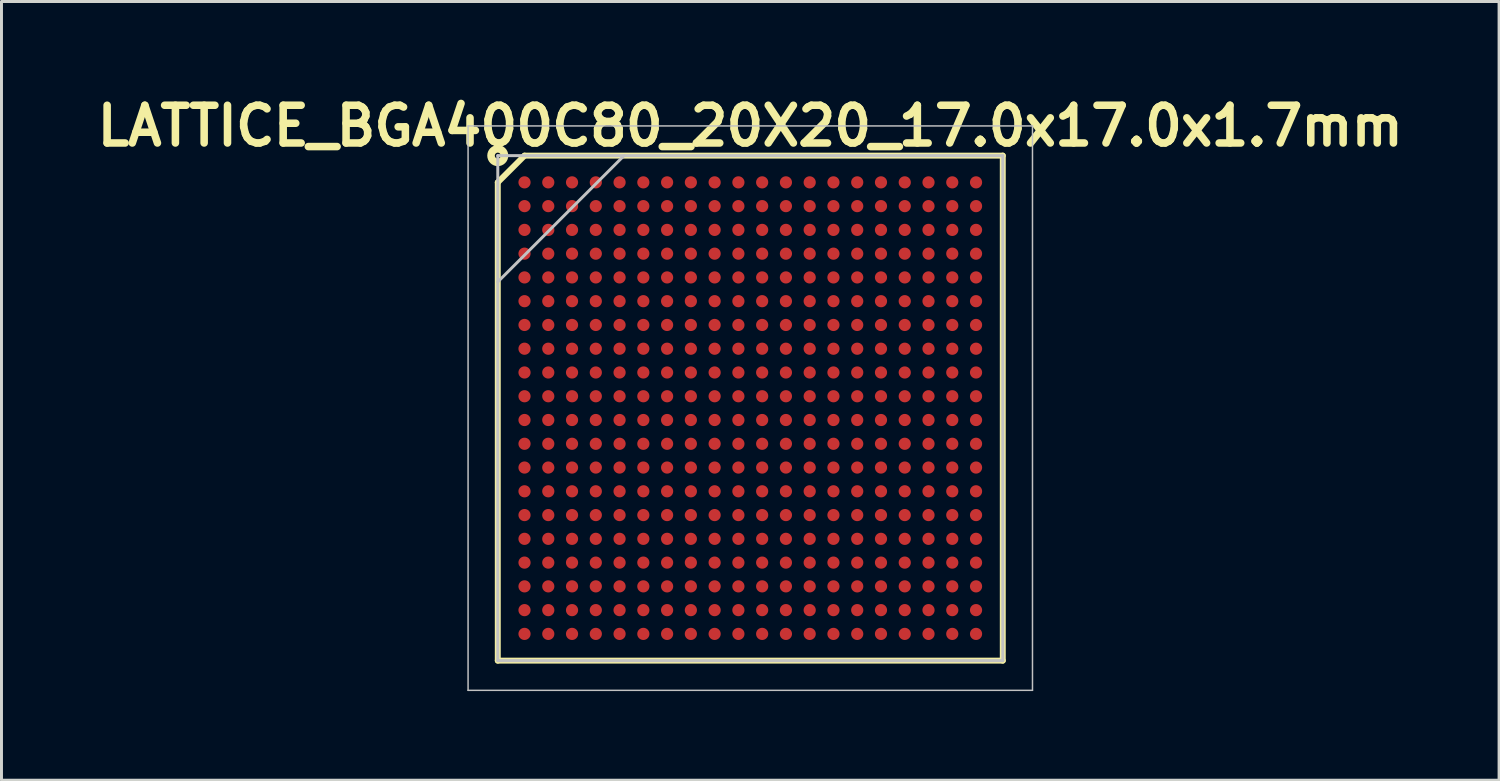
<source format=kicad_pcb>
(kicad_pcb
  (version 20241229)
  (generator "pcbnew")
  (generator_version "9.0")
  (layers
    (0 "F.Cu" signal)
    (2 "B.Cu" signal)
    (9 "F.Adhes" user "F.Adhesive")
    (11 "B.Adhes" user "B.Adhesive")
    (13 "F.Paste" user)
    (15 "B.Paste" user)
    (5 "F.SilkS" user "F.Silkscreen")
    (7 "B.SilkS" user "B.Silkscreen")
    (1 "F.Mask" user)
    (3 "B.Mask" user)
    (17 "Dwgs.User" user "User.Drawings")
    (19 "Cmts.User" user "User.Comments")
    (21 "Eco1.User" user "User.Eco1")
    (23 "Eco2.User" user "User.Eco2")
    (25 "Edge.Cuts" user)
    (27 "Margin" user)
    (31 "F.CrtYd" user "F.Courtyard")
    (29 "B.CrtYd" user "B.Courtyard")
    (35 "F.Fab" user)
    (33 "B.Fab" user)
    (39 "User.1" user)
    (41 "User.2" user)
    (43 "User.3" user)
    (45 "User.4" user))
  (footprint "LATTICE_BGA400C80_20X20_17.0x17.0x1.7mm"
    (layer "F.Cu")
    (at 22.207 10.689)
    (property "Reference" "LATTICE_BGA400C80_20X20_17.0x17.0x1.7mm" (at 0 -9.5 0) (unlocked yes) (layer "F.SilkS") (effects (font (size 1.27 1.27) (thickness 0.254))))
    (attr smd)
    (fp_line (start -8.5 -7.6) (end -7.6 -8.5) (stroke (width 0.2) (type solid)) (layer "F.SilkS"))
    (fp_line (start -8.5 8.5) (end -8.5 -7.6) (stroke (width 0.2) (type solid)) (layer "F.SilkS"))
    (fp_line (start -7.6 -8.5) (end 8.5 -8.5) (stroke (width 0.2) (type solid)) (layer "F.SilkS"))
    (fp_line (start 8.5 -8.5) (end 8.5 8.5) (stroke (width 0.2) (type solid)) (layer "F.SilkS"))
    (fp_line (start 8.5 8.5) (end -8.5 8.5) (stroke (width 0.2) (type solid)) (layer "F.SilkS"))
    (fp_circle (center -8.5 -8.5) (end -8.4 -8.5) (stroke (width 0.254) (type solid)) (fill no) (layer "F.SilkS"))
    (fp_line (start -9.5 -9.5) (end 9.5 -9.5) (stroke (width 0.05) (type solid)) (layer "Dwgs.User"))
    (fp_line (start -9.5 9.5) (end -9.5 -9.5) (stroke (width 0.05) (type solid)) (layer "Dwgs.User"))
    (fp_line (start -8.5 -8.5) (end 8.5 -8.5) (stroke (width 0.1) (type solid)) (layer "Dwgs.User"))
    (fp_line (start -8.5 -4.25) (end -4.25 -8.5) (stroke (width 0.1) (type solid)) (layer "Dwgs.User"))
    (fp_line (start -8.5 8.5) (end -8.5 -8.5) (stroke (width 0.1) (type solid)) (layer "Dwgs.User"))
    (fp_line (start 8.5 -8.5) (end 8.5 8.5) (stroke (width 0.1) (type solid)) (layer "Dwgs.User"))
    (fp_line (start 8.5 8.5) (end -8.5 8.5) (stroke (width 0.1) (type solid)) (layer "Dwgs.User"))
    (fp_line (start 9.5 -9.5) (end 9.5 9.5) (stroke (width 0.05) (type solid)) (layer "Dwgs.User"))
    (fp_line (start 9.5 9.5) (end -9.5 9.5) (stroke (width 0.05) (type solid)) (layer "Dwgs.User"))
    (pad "A1" smd circle (at -7.6 -7.6 90) (size 0.41 0.41) (layers "F.Cu" "F.Mask" "F.Paste"))
    (pad "A2" smd circle (at -6.8 -7.6 90) (size 0.41 0.41) (layers "F.Cu" "F.Mask" "F.Paste"))
    (pad "A3" smd circle (at -6 -7.6 90) (size 0.41 0.41) (layers "F.Cu" "F.Mask" "F.Paste"))
    (pad "A4" smd circle (at -5.2 -7.6 90) (size 0.41 0.41) (layers "F.Cu" "F.Mask" "F.Paste"))
    (pad "A5" smd circle (at -4.4 -7.6 90) (size 0.41 0.41) (layers "F.Cu" "F.Mask" "F.Paste"))
    (pad "A6" smd circle (at -3.6 -7.6 90) (size 0.41 0.41) (layers "F.Cu" "F.Mask" "F.Paste"))
    (pad "A7" smd circle (at -2.8 -7.6 90) (size 0.41 0.41) (layers "F.Cu" "F.Mask" "F.Paste"))
    (pad "A8" smd circle (at -2 -7.6 90) (size 0.41 0.41) (layers "F.Cu" "F.Mask" "F.Paste"))
    (pad "A9" smd circle (at -1.2 -7.6 90) (size 0.41 0.41) (layers "F.Cu" "F.Mask" "F.Paste"))
    (pad "A10" smd circle (at -0.4 -7.6 90) (size 0.41 0.41) (layers "F.Cu" "F.Mask" "F.Paste"))
    (pad "A11" smd circle (at 0.4 -7.6 90) (size 0.41 0.41) (layers "F.Cu" "F.Mask" "F.Paste"))
    (pad "A12" smd circle (at 1.2 -7.6 90) (size 0.41 0.41) (layers "F.Cu" "F.Mask" "F.Paste"))
    (pad "A13" smd circle (at 2 -7.6 90) (size 0.41 0.41) (layers "F.Cu" "F.Mask" "F.Paste"))
    (pad "A14" smd circle (at 2.8 -7.6 90) (size 0.41 0.41) (layers "F.Cu" "F.Mask" "F.Paste"))
    (pad "A15" smd circle (at 3.6 -7.6 90) (size 0.41 0.41) (layers "F.Cu" "F.Mask" "F.Paste"))
    (pad "A16" smd circle (at 4.4 -7.6 90) (size 0.41 0.41) (layers "F.Cu" "F.Mask" "F.Paste"))
    (pad "A17" smd circle (at 5.2 -7.6 90) (size 0.41 0.41) (layers "F.Cu" "F.Mask" "F.Paste"))
    (pad "A18" smd circle (at 6 -7.6 90) (size 0.41 0.41) (layers "F.Cu" "F.Mask" "F.Paste"))
    (pad "A19" smd circle (at 6.8 -7.6 90) (size 0.41 0.41) (layers "F.Cu" "F.Mask" "F.Paste"))
    (pad "A20" smd circle (at 7.6 -7.6 90) (size 0.41 0.41) (layers "F.Cu" "F.Mask" "F.Paste"))
    (pad "B1" smd circle (at -7.6 -6.8 90) (size 0.41 0.41) (layers "F.Cu" "F.Mask" "F.Paste"))
    (pad "B2" smd circle (at -6.8 -6.8 90) (size 0.41 0.41) (layers "F.Cu" "F.Mask" "F.Paste"))
    (pad "B3" smd circle (at -6 -6.8 90) (size 0.41 0.41) (layers "F.Cu" "F.Mask" "F.Paste"))
    (pad "B4" smd circle (at -5.2 -6.8 90) (size 0.41 0.41) (layers "F.Cu" "F.Mask" "F.Paste"))
    (pad "B5" smd circle (at -4.4 -6.8 90) (size 0.41 0.41) (layers "F.Cu" "F.Mask" "F.Paste"))
    (pad "B6" smd circle (at -3.6 -6.8 90) (size 0.41 0.41) (layers "F.Cu" "F.Mask" "F.Paste"))
    (pad "B7" smd circle (at -2.8 -6.8 90) (size 0.41 0.41) (layers "F.Cu" "F.Mask" "F.Paste"))
    (pad "B8" smd circle (at -2 -6.8 90) (size 0.41 0.41) (layers "F.Cu" "F.Mask" "F.Paste"))
    (pad "B9" smd circle (at -1.2 -6.8 90) (size 0.41 0.41) (layers "F.Cu" "F.Mask" "F.Paste"))
    (pad "B10" smd circle (at -0.4 -6.8 90) (size 0.41 0.41) (layers "F.Cu" "F.Mask" "F.Paste"))
    (pad "B11" smd circle (at 0.4 -6.8 90) (size 0.41 0.41) (layers "F.Cu" "F.Mask" "F.Paste"))
    (pad "B12" smd circle (at 1.2 -6.8 90) (size 0.41 0.41) (layers "F.Cu" "F.Mask" "F.Paste"))
    (pad "B13" smd circle (at 2 -6.8 90) (size 0.41 0.41) (layers "F.Cu" "F.Mask" "F.Paste"))
    (pad "B14" smd circle (at 2.8 -6.8 90) (size 0.41 0.41) (layers "F.Cu" "F.Mask" "F.Paste"))
    (pad "B15" smd circle (at 3.6 -6.8 90) (size 0.41 0.41) (layers "F.Cu" "F.Mask" "F.Paste"))
    (pad "B16" smd circle (at 4.4 -6.8 90) (size 0.41 0.41) (layers "F.Cu" "F.Mask" "F.Paste"))
    (pad "B17" smd circle (at 5.2 -6.8 90) (size 0.41 0.41) (layers "F.Cu" "F.Mask" "F.Paste"))
    (pad "B18" smd circle (at 6 -6.8 90) (size 0.41 0.41) (layers "F.Cu" "F.Mask" "F.Paste"))
    (pad "B19" smd circle (at 6.8 -6.8 90) (size 0.41 0.41) (layers "F.Cu" "F.Mask" "F.Paste"))
    (pad "B20" smd circle (at 7.6 -6.8 90) (size 0.41 0.41) (layers "F.Cu" "F.Mask" "F.Paste"))
    (pad "C1" smd circle (at -7.6 -6 90) (size 0.41 0.41) (layers "F.Cu" "F.Mask" "F.Paste"))
    (pad "C2" smd circle (at -6.8 -6 90) (size 0.41 0.41) (layers "F.Cu" "F.Mask" "F.Paste"))
    (pad "C3" smd circle (at -6 -6 90) (size 0.41 0.41) (layers "F.Cu" "F.Mask" "F.Paste"))
    (pad "C4" smd circle (at -5.2 -6 90) (size 0.41 0.41) (layers "F.Cu" "F.Mask" "F.Paste"))
    (pad "C5" smd circle (at -4.4 -6 90) (size 0.41 0.41) (layers "F.Cu" "F.Mask" "F.Paste"))
    (pad "C6" smd circle (at -3.6 -6 90) (size 0.41 0.41) (layers "F.Cu" "F.Mask" "F.Paste"))
    (pad "C7" smd circle (at -2.8 -6 90) (size 0.41 0.41) (layers "F.Cu" "F.Mask" "F.Paste"))
    (pad "C8" smd circle (at -2 -6 90) (size 0.41 0.41) (layers "F.Cu" "F.Mask" "F.Paste"))
    (pad "C9" smd circle (at -1.2 -6 90) (size 0.41 0.41) (layers "F.Cu" "F.Mask" "F.Paste"))
    (pad "C10" smd circle (at -0.4 -6 90) (size 0.41 0.41) (layers "F.Cu" "F.Mask" "F.Paste"))
    (pad "C11" smd circle (at 0.4 -6 90) (size 0.41 0.41) (layers "F.Cu" "F.Mask" "F.Paste"))
    (pad "C12" smd circle (at 1.2 -6 90) (size 0.41 0.41) (layers "F.Cu" "F.Mask" "F.Paste"))
    (pad "C13" smd circle (at 2 -6 90) (size 0.41 0.41) (layers "F.Cu" "F.Mask" "F.Paste"))
    (pad "C14" smd circle (at 2.8 -6 90) (size 0.41 0.41) (layers "F.Cu" "F.Mask" "F.Paste"))
    (pad "C15" smd circle (at 3.6 -6 90) (size 0.41 0.41) (layers "F.Cu" "F.Mask" "F.Paste"))
    (pad "C16" smd circle (at 4.4 -6 90) (size 0.41 0.41) (layers "F.Cu" "F.Mask" "F.Paste"))
    (pad "C17" smd circle (at 5.2 -6 90) (size 0.41 0.41) (layers "F.Cu" "F.Mask" "F.Paste"))
    (pad "C18" smd circle (at 6 -6 90) (size 0.41 0.41) (layers "F.Cu" "F.Mask" "F.Paste"))
    (pad "C19" smd circle (at 6.8 -6 90) (size 0.41 0.41) (layers "F.Cu" "F.Mask" "F.Paste"))
    (pad "C20" smd circle (at 7.6 -6 90) (size 0.41 0.41) (layers "F.Cu" "F.Mask" "F.Paste"))
    (pad "D1" smd circle (at -7.6 -5.2 90) (size 0.41 0.41) (layers "F.Cu" "F.Mask" "F.Paste"))
    (pad "D2" smd circle (at -6.8 -5.2 90) (size 0.41 0.41) (layers "F.Cu" "F.Mask" "F.Paste"))
    (pad "D3" smd circle (at -6 -5.2 90) (size 0.41 0.41) (layers "F.Cu" "F.Mask" "F.Paste"))
    (pad "D4" smd circle (at -5.2 -5.2 90) (size 0.41 0.41) (layers "F.Cu" "F.Mask" "F.Paste"))
    (pad "D5" smd circle (at -4.4 -5.2 90) (size 0.41 0.41) (layers "F.Cu" "F.Mask" "F.Paste"))
    (pad "D6" smd circle (at -3.6 -5.2 90) (size 0.41 0.41) (layers "F.Cu" "F.Mask" "F.Paste"))
    (pad "D7" smd circle (at -2.8 -5.2 90) (size 0.41 0.41) (layers "F.Cu" "F.Mask" "F.Paste"))
    (pad "D8" smd circle (at -2 -5.2 90) (size 0.41 0.41) (layers "F.Cu" "F.Mask" "F.Paste"))
    (pad "D9" smd circle (at -1.2 -5.2 90) (size 0.41 0.41) (layers "F.Cu" "F.Mask" "F.Paste"))
    (pad "D10" smd circle (at -0.4 -5.2 90) (size 0.41 0.41) (layers "F.Cu" "F.Mask" "F.Paste"))
    (pad "D11" smd circle (at 0.4 -5.2 90) (size 0.41 0.41) (layers "F.Cu" "F.Mask" "F.Paste"))
    (pad "D12" smd circle (at 1.2 -5.2 90) (size 0.41 0.41) (layers "F.Cu" "F.Mask" "F.Paste"))
    (pad "D13" smd circle (at 2 -5.2 90) (size 0.41 0.41) (layers "F.Cu" "F.Mask" "F.Paste"))
    (pad "D14" smd circle (at 2.8 -5.2 90) (size 0.41 0.41) (layers "F.Cu" "F.Mask" "F.Paste"))
    (pad "D15" smd circle (at 3.6 -5.2 90) (size 0.41 0.41) (layers "F.Cu" "F.Mask" "F.Paste"))
    (pad "D16" smd circle (at 4.4 -5.2 90) (size 0.41 0.41) (layers "F.Cu" "F.Mask" "F.Paste"))
    (pad "D17" smd circle (at 5.2 -5.2 90) (size 0.41 0.41) (layers "F.Cu" "F.Mask" "F.Paste"))
    (pad "D18" smd circle (at 6 -5.2 90) (size 0.41 0.41) (layers "F.Cu" "F.Mask" "F.Paste"))
    (pad "D19" smd circle (at 6.8 -5.2 90) (size 0.41 0.41) (layers "F.Cu" "F.Mask" "F.Paste"))
    (pad "D20" smd circle (at 7.6 -5.2 90) (size 0.41 0.41) (layers "F.Cu" "F.Mask" "F.Paste"))
    (pad "E1" smd circle (at -7.6 -4.4 90) (size 0.41 0.41) (layers "F.Cu" "F.Mask" "F.Paste"))
    (pad "E2" smd circle (at -6.8 -4.4 90) (size 0.41 0.41) (layers "F.Cu" "F.Mask" "F.Paste"))
    (pad "E3" smd circle (at -6 -4.4 90) (size 0.41 0.41) (layers "F.Cu" "F.Mask" "F.Paste"))
    (pad "E4" smd circle (at -5.2 -4.4 90) (size 0.41 0.41) (layers "F.Cu" "F.Mask" "F.Paste"))
    (pad "E5" smd circle (at -4.4 -4.4 90) (size 0.41 0.41) (layers "F.Cu" "F.Mask" "F.Paste"))
    (pad "E6" smd circle (at -3.6 -4.4 90) (size 0.41 0.41) (layers "F.Cu" "F.Mask" "F.Paste"))
    (pad "E7" smd circle (at -2.8 -4.4 90) (size 0.41 0.41) (layers "F.Cu" "F.Mask" "F.Paste"))
    (pad "E8" smd circle (at -2 -4.4 90) (size 0.41 0.41) (layers "F.Cu" "F.Mask" "F.Paste"))
    (pad "E9" smd circle (at -1.2 -4.4 90) (size 0.41 0.41) (layers "F.Cu" "F.Mask" "F.Paste"))
    (pad "E10" smd circle (at -0.4 -4.4 90) (size 0.41 0.41) (layers "F.Cu" "F.Mask" "F.Paste"))
    (pad "E11" smd circle (at 0.4 -4.4 90) (size 0.41 0.41) (layers "F.Cu" "F.Mask" "F.Paste"))
    (pad "E12" smd circle (at 1.2 -4.4 90) (size 0.41 0.41) (layers "F.Cu" "F.Mask" "F.Paste"))
    (pad "E13" smd circle (at 2 -4.4 90) (size 0.41 0.41) (layers "F.Cu" "F.Mask" "F.Paste"))
    (pad "E14" smd circle (at 2.8 -4.4 90) (size 0.41 0.41) (layers "F.Cu" "F.Mask" "F.Paste"))
    (pad "E15" smd circle (at 3.6 -4.4 90) (size 0.41 0.41) (layers "F.Cu" "F.Mask" "F.Paste"))
    (pad "E16" smd circle (at 4.4 -4.4 90) (size 0.41 0.41) (layers "F.Cu" "F.Mask" "F.Paste"))
    (pad "E17" smd circle (at 5.2 -4.4 90) (size 0.41 0.41) (layers "F.Cu" "F.Mask" "F.Paste"))
    (pad "E18" smd circle (at 6 -4.4 90) (size 0.41 0.41) (layers "F.Cu" "F.Mask" "F.Paste"))
    (pad "E19" smd circle (at 6.8 -4.4 90) (size 0.41 0.41) (layers "F.Cu" "F.Mask" "F.Paste"))
    (pad "E20" smd circle (at 7.6 -4.4 90) (size 0.41 0.41) (layers "F.Cu" "F.Mask" "F.Paste"))
    (pad "F1" smd circle (at -7.6 -3.6 90) (size 0.41 0.41) (layers "F.Cu" "F.Mask" "F.Paste"))
    (pad "F2" smd circle (at -6.8 -3.6 90) (size 0.41 0.41) (layers "F.Cu" "F.Mask" "F.Paste"))
    (pad "F3" smd circle (at -6 -3.6 90) (size 0.41 0.41) (layers "F.Cu" "F.Mask" "F.Paste"))
    (pad "F4" smd circle (at -5.2 -3.6 90) (size 0.41 0.41) (layers "F.Cu" "F.Mask" "F.Paste"))
    (pad "F5" smd circle (at -4.4 -3.6 90) (size 0.41 0.41) (layers "F.Cu" "F.Mask" "F.Paste"))
    (pad "F6" smd circle (at -3.6 -3.6 90) (size 0.41 0.41) (layers "F.Cu" "F.Mask" "F.Paste"))
    (pad "F7" smd circle (at -2.8 -3.6 90) (size 0.41 0.41) (layers "F.Cu" "F.Mask" "F.Paste"))
    (pad "F8" smd circle (at -2 -3.6 90) (size 0.41 0.41) (layers "F.Cu" "F.Mask" "F.Paste"))
    (pad "F9" smd circle (at -1.2 -3.6 90) (size 0.41 0.41) (layers "F.Cu" "F.Mask" "F.Paste"))
    (pad "F10" smd circle (at -0.4 -3.6 90) (size 0.41 0.41) (layers "F.Cu" "F.Mask" "F.Paste"))
    (pad "F11" smd circle (at 0.4 -3.6 90) (size 0.41 0.41) (layers "F.Cu" "F.Mask" "F.Paste"))
    (pad "F12" smd circle (at 1.2 -3.6 90) (size 0.41 0.41) (layers "F.Cu" "F.Mask" "F.Paste"))
    (pad "F13" smd circle (at 2 -3.6 90) (size 0.41 0.41) (layers "F.Cu" "F.Mask" "F.Paste"))
    (pad "F14" smd circle (at 2.8 -3.6 90) (size 0.41 0.41) (layers "F.Cu" "F.Mask" "F.Paste"))
    (pad "F15" smd circle (at 3.6 -3.6 90) (size 0.41 0.41) (layers "F.Cu" "F.Mask" "F.Paste"))
    (pad "F16" smd circle (at 4.4 -3.6 90) (size 0.41 0.41) (layers "F.Cu" "F.Mask" "F.Paste"))
    (pad "F17" smd circle (at 5.2 -3.6 90) (size 0.41 0.41) (layers "F.Cu" "F.Mask" "F.Paste"))
    (pad "F18" smd circle (at 6 -3.6 90) (size 0.41 0.41) (layers "F.Cu" "F.Mask" "F.Paste"))
    (pad "F19" smd circle (at 6.8 -3.6 90) (size 0.41 0.41) (layers "F.Cu" "F.Mask" "F.Paste"))
    (pad "F20" smd circle (at 7.6 -3.6 90) (size 0.41 0.41) (layers "F.Cu" "F.Mask" "F.Paste"))
    (pad "G1" smd circle (at -7.6 -2.8 90) (size 0.41 0.41) (layers "F.Cu" "F.Mask" "F.Paste"))
    (pad "G2" smd circle (at -6.8 -2.8 90) (size 0.41 0.41) (layers "F.Cu" "F.Mask" "F.Paste"))
    (pad "G3" smd circle (at -6 -2.8 90) (size 0.41 0.41) (layers "F.Cu" "F.Mask" "F.Paste"))
    (pad "G4" smd circle (at -5.2 -2.8 90) (size 0.41 0.41) (layers "F.Cu" "F.Mask" "F.Paste"))
    (pad "G5" smd circle (at -4.4 -2.8 90) (size 0.41 0.41) (layers "F.Cu" "F.Mask" "F.Paste"))
    (pad "G6" smd circle (at -3.6 -2.8 90) (size 0.41 0.41) (layers "F.Cu" "F.Mask" "F.Paste"))
    (pad "G7" smd circle (at -2.8 -2.8 90) (size 0.41 0.41) (layers "F.Cu" "F.Mask" "F.Paste"))
    (pad "G8" smd circle (at -2 -2.8 90) (size 0.41 0.41) (layers "F.Cu" "F.Mask" "F.Paste"))
    (pad "G9" smd circle (at -1.2 -2.8 90) (size 0.41 0.41) (layers "F.Cu" "F.Mask" "F.Paste"))
    (pad "G10" smd circle (at -0.4 -2.8 90) (size 0.41 0.41) (layers "F.Cu" "F.Mask" "F.Paste"))
    (pad "G11" smd circle (at 0.4 -2.8 90) (size 0.41 0.41) (layers "F.Cu" "F.Mask" "F.Paste"))
    (pad "G12" smd circle (at 1.2 -2.8 90) (size 0.41 0.41) (layers "F.Cu" "F.Mask" "F.Paste"))
    (pad "G13" smd circle (at 2 -2.8 90) (size 0.41 0.41) (layers "F.Cu" "F.Mask" "F.Paste"))
    (pad "G14" smd circle (at 2.8 -2.8 90) (size 0.41 0.41) (layers "F.Cu" "F.Mask" "F.Paste"))
    (pad "G15" smd circle (at 3.6 -2.8 90) (size 0.41 0.41) (layers "F.Cu" "F.Mask" "F.Paste"))
    (pad "G16" smd circle (at 4.4 -2.8 90) (size 0.41 0.41) (layers "F.Cu" "F.Mask" "F.Paste"))
    (pad "G17" smd circle (at 5.2 -2.8 90) (size 0.41 0.41) (layers "F.Cu" "F.Mask" "F.Paste"))
    (pad "G18" smd circle (at 6 -2.8 90) (size 0.41 0.41) (layers "F.Cu" "F.Mask" "F.Paste"))
    (pad "G19" smd circle (at 6.8 -2.8 90) (size 0.41 0.41) (layers "F.Cu" "F.Mask" "F.Paste"))
    (pad "G20" smd circle (at 7.6 -2.8 90) (size 0.41 0.41) (layers "F.Cu" "F.Mask" "F.Paste"))
    (pad "H1" smd circle (at -7.6 -2 90) (size 0.41 0.41) (layers "F.Cu" "F.Mask" "F.Paste"))
    (pad "H2" smd circle (at -6.8 -2 90) (size 0.41 0.41) (layers "F.Cu" "F.Mask" "F.Paste"))
    (pad "H3" smd circle (at -6 -2 90) (size 0.41 0.41) (layers "F.Cu" "F.Mask" "F.Paste"))
    (pad "H4" smd circle (at -5.2 -2 90) (size 0.41 0.41) (layers "F.Cu" "F.Mask" "F.Paste"))
    (pad "H5" smd circle (at -4.4 -2 90) (size 0.41 0.41) (layers "F.Cu" "F.Mask" "F.Paste"))
    (pad "H6" smd circle (at -3.6 -2 90) (size 0.41 0.41) (layers "F.Cu" "F.Mask" "F.Paste"))
    (pad "H7" smd circle (at -2.8 -2 90) (size 0.41 0.41) (layers "F.Cu" "F.Mask" "F.Paste"))
    (pad "H8" smd circle (at -2 -2 90) (size 0.41 0.41) (layers "F.Cu" "F.Mask" "F.Paste"))
    (pad "H9" smd circle (at -1.2 -2 90) (size 0.41 0.41) (layers "F.Cu" "F.Mask" "F.Paste"))
    (pad "H10" smd circle (at -0.4 -2 90) (size 0.41 0.41) (layers "F.Cu" "F.Mask" "F.Paste"))
    (pad "H11" smd circle (at 0.4 -2 90) (size 0.41 0.41) (layers "F.Cu" "F.Mask" "F.Paste"))
    (pad "H12" smd circle (at 1.2 -2 90) (size 0.41 0.41) (layers "F.Cu" "F.Mask" "F.Paste"))
    (pad "H13" smd circle (at 2 -2 90) (size 0.41 0.41) (layers "F.Cu" "F.Mask" "F.Paste"))
    (pad "H14" smd circle (at 2.8 -2 90) (size 0.41 0.41) (layers "F.Cu" "F.Mask" "F.Paste"))
    (pad "H15" smd circle (at 3.6 -2 90) (size 0.41 0.41) (layers "F.Cu" "F.Mask" "F.Paste"))
    (pad "H16" smd circle (at 4.4 -2 90) (size 0.41 0.41) (layers "F.Cu" "F.Mask" "F.Paste"))
    (pad "H17" smd circle (at 5.2 -2 90) (size 0.41 0.41) (layers "F.Cu" "F.Mask" "F.Paste"))
    (pad "H18" smd circle (at 6 -2 90) (size 0.41 0.41) (layers "F.Cu" "F.Mask" "F.Paste"))
    (pad "H19" smd circle (at 6.8 -2 90) (size 0.41 0.41) (layers "F.Cu" "F.Mask" "F.Paste"))
    (pad "H20" smd circle (at 7.6 -2 90) (size 0.41 0.41) (layers "F.Cu" "F.Mask" "F.Paste"))
    (pad "J1" smd circle (at -7.6 -1.2 90) (size 0.41 0.41) (layers "F.Cu" "F.Mask" "F.Paste"))
    (pad "J2" smd circle (at -6.8 -1.2 90) (size 0.41 0.41) (layers "F.Cu" "F.Mask" "F.Paste"))
    (pad "J3" smd circle (at -6 -1.2 90) (size 0.41 0.41) (layers "F.Cu" "F.Mask" "F.Paste"))
    (pad "J4" smd circle (at -5.2 -1.2 90) (size 0.41 0.41) (layers "F.Cu" "F.Mask" "F.Paste"))
    (pad "J5" smd circle (at -4.4 -1.2 90) (size 0.41 0.41) (layers "F.Cu" "F.Mask" "F.Paste"))
    (pad "J6" smd circle (at -3.6 -1.2 90) (size 0.41 0.41) (layers "F.Cu" "F.Mask" "F.Paste"))
    (pad "J7" smd circle (at -2.8 -1.2 90) (size 0.41 0.41) (layers "F.Cu" "F.Mask" "F.Paste"))
    (pad "J8" smd circle (at -2 -1.2 90) (size 0.41 0.41) (layers "F.Cu" "F.Mask" "F.Paste"))
    (pad "J9" smd circle (at -1.2 -1.2 90) (size 0.41 0.41) (layers "F.Cu" "F.Mask" "F.Paste"))
    (pad "J10" smd circle (at -0.4 -1.2 90) (size 0.41 0.41) (layers "F.Cu" "F.Mask" "F.Paste"))
    (pad "J11" smd circle (at 0.4 -1.2 90) (size 0.41 0.41) (layers "F.Cu" "F.Mask" "F.Paste"))
    (pad "J12" smd circle (at 1.2 -1.2 90) (size 0.41 0.41) (layers "F.Cu" "F.Mask" "F.Paste"))
    (pad "J13" smd circle (at 2 -1.2 90) (size 0.41 0.41) (layers "F.Cu" "F.Mask" "F.Paste"))
    (pad "J14" smd circle (at 2.8 -1.2 90) (size 0.41 0.41) (layers "F.Cu" "F.Mask" "F.Paste"))
    (pad "J15" smd circle (at 3.6 -1.2 90) (size 0.41 0.41) (layers "F.Cu" "F.Mask" "F.Paste"))
    (pad "J16" smd circle (at 4.4 -1.2 90) (size 0.41 0.41) (layers "F.Cu" "F.Mask" "F.Paste"))
    (pad "J17" smd circle (at 5.2 -1.2 90) (size 0.41 0.41) (layers "F.Cu" "F.Mask" "F.Paste"))
    (pad "J18" smd circle (at 6 -1.2 90) (size 0.41 0.41) (layers "F.Cu" "F.Mask" "F.Paste"))
    (pad "J19" smd circle (at 6.8 -1.2 90) (size 0.41 0.41) (layers "F.Cu" "F.Mask" "F.Paste"))
    (pad "J20" smd circle (at 7.6 -1.2 90) (size 0.41 0.41) (layers "F.Cu" "F.Mask" "F.Paste"))
    (pad "K1" smd circle (at -7.6 -0.4 90) (size 0.41 0.41) (layers "F.Cu" "F.Mask" "F.Paste"))
    (pad "K2" smd circle (at -6.8 -0.4 90) (size 0.41 0.41) (layers "F.Cu" "F.Mask" "F.Paste"))
    (pad "K3" smd circle (at -6 -0.4 90) (size 0.41 0.41) (layers "F.Cu" "F.Mask" "F.Paste"))
    (pad "K4" smd circle (at -5.2 -0.4 90) (size 0.41 0.41) (layers "F.Cu" "F.Mask" "F.Paste"))
    (pad "K5" smd circle (at -4.4 -0.4 90) (size 0.41 0.41) (layers "F.Cu" "F.Mask" "F.Paste"))
    (pad "K6" smd circle (at -3.6 -0.4 90) (size 0.41 0.41) (layers "F.Cu" "F.Mask" "F.Paste"))
    (pad "K7" smd circle (at -2.8 -0.4 90) (size 0.41 0.41) (layers "F.Cu" "F.Mask" "F.Paste"))
    (pad "K8" smd circle (at -2 -0.4 90) (size 0.41 0.41) (layers "F.Cu" "F.Mask" "F.Paste"))
    (pad "K9" smd circle (at -1.2 -0.4 90) (size 0.41 0.41) (layers "F.Cu" "F.Mask" "F.Paste"))
    (pad "K10" smd circle (at -0.4 -0.4 90) (size 0.41 0.41) (layers "F.Cu" "F.Mask" "F.Paste"))
    (pad "K11" smd circle (at 0.4 -0.4 90) (size 0.41 0.41) (layers "F.Cu" "F.Mask" "F.Paste"))
    (pad "K12" smd circle (at 1.2 -0.4 90) (size 0.41 0.41) (layers "F.Cu" "F.Mask" "F.Paste"))
    (pad "K13" smd circle (at 2 -0.4 90) (size 0.41 0.41) (layers "F.Cu" "F.Mask" "F.Paste"))
    (pad "K14" smd circle (at 2.8 -0.4 90) (size 0.41 0.41) (layers "F.Cu" "F.Mask" "F.Paste"))
    (pad "K15" smd circle (at 3.6 -0.4 90) (size 0.41 0.41) (layers "F.Cu" "F.Mask" "F.Paste"))
    (pad "K16" smd circle (at 4.4 -0.4 90) (size 0.41 0.41) (layers "F.Cu" "F.Mask" "F.Paste"))
    (pad "K17" smd circle (at 5.2 -0.4 90) (size 0.41 0.41) (layers "F.Cu" "F.Mask" "F.Paste"))
    (pad "K18" smd circle (at 6 -0.4 90) (size 0.41 0.41) (layers "F.Cu" "F.Mask" "F.Paste"))
    (pad "K19" smd circle (at 6.8 -0.4 90) (size 0.41 0.41) (layers "F.Cu" "F.Mask" "F.Paste"))
    (pad "K20" smd circle (at 7.6 -0.4 90) (size 0.41 0.41) (layers "F.Cu" "F.Mask" "F.Paste"))
    (pad "L1" smd circle (at -7.6 0.4 90) (size 0.41 0.41) (layers "F.Cu" "F.Mask" "F.Paste"))
    (pad "L2" smd circle (at -6.8 0.4 90) (size 0.41 0.41) (layers "F.Cu" "F.Mask" "F.Paste"))
    (pad "L3" smd circle (at -6 0.4 90) (size 0.41 0.41) (layers "F.Cu" "F.Mask" "F.Paste"))
    (pad "L4" smd circle (at -5.2 0.4 90) (size 0.41 0.41) (layers "F.Cu" "F.Mask" "F.Paste"))
    (pad "L5" smd circle (at -4.4 0.4 90) (size 0.41 0.41) (layers "F.Cu" "F.Mask" "F.Paste"))
    (pad "L6" smd circle (at -3.6 0.4 90) (size 0.41 0.41) (layers "F.Cu" "F.Mask" "F.Paste"))
    (pad "L7" smd circle (at -2.8 0.4 90) (size 0.41 0.41) (layers "F.Cu" "F.Mask" "F.Paste"))
    (pad "L8" smd circle (at -2 0.4 90) (size 0.41 0.41) (layers "F.Cu" "F.Mask" "F.Paste"))
    (pad "L9" smd circle (at -1.2 0.4 90) (size 0.41 0.41) (layers "F.Cu" "F.Mask" "F.Paste"))
    (pad "L10" smd circle (at -0.4 0.4 90) (size 0.41 0.41) (layers "F.Cu" "F.Mask" "F.Paste"))
    (pad "L11" smd circle (at 0.4 0.4 90) (size 0.41 0.41) (layers "F.Cu" "F.Mask" "F.Paste"))
    (pad "L12" smd circle (at 1.2 0.4 90) (size 0.41 0.41) (layers "F.Cu" "F.Mask" "F.Paste"))
    (pad "L13" smd circle (at 2 0.4 90) (size 0.41 0.41) (layers "F.Cu" "F.Mask" "F.Paste"))
    (pad "L14" smd circle (at 2.8 0.4 90) (size 0.41 0.41) (layers "F.Cu" "F.Mask" "F.Paste"))
    (pad "L15" smd circle (at 3.6 0.4 90) (size 0.41 0.41) (layers "F.Cu" "F.Mask" "F.Paste"))
    (pad "L16" smd circle (at 4.4 0.4 90) (size 0.41 0.41) (layers "F.Cu" "F.Mask" "F.Paste"))
    (pad "L17" smd circle (at 5.2 0.4 90) (size 0.41 0.41) (layers "F.Cu" "F.Mask" "F.Paste"))
    (pad "L18" smd circle (at 6 0.4 90) (size 0.41 0.41) (layers "F.Cu" "F.Mask" "F.Paste"))
    (pad "L19" smd circle (at 6.8 0.4 90) (size 0.41 0.41) (layers "F.Cu" "F.Mask" "F.Paste"))
    (pad "L20" smd circle (at 7.6 0.4 90) (size 0.41 0.41) (layers "F.Cu" "F.Mask" "F.Paste"))
    (pad "M1" smd circle (at -7.6 1.2 90) (size 0.41 0.41) (layers "F.Cu" "F.Mask" "F.Paste"))
    (pad "M2" smd circle (at -6.8 1.2 90) (size 0.41 0.41) (layers "F.Cu" "F.Mask" "F.Paste"))
    (pad "M3" smd circle (at -6 1.2 90) (size 0.41 0.41) (layers "F.Cu" "F.Mask" "F.Paste"))
    (pad "M4" smd circle (at -5.2 1.2 90) (size 0.41 0.41) (layers "F.Cu" "F.Mask" "F.Paste"))
    (pad "M5" smd circle (at -4.4 1.2 90) (size 0.41 0.41) (layers "F.Cu" "F.Mask" "F.Paste"))
    (pad "M6" smd circle (at -3.6 1.2 90) (size 0.41 0.41) (layers "F.Cu" "F.Mask" "F.Paste"))
    (pad "M7" smd circle (at -2.8 1.2 90) (size 0.41 0.41) (layers "F.Cu" "F.Mask" "F.Paste"))
    (pad "M8" smd circle (at -2 1.2 90) (size 0.41 0.41) (layers "F.Cu" "F.Mask" "F.Paste"))
    (pad "M9" smd circle (at -1.2 1.2 90) (size 0.41 0.41) (layers "F.Cu" "F.Mask" "F.Paste"))
    (pad "M10" smd circle (at -0.4 1.2 90) (size 0.41 0.41) (layers "F.Cu" "F.Mask" "F.Paste"))
    (pad "M11" smd circle (at 0.4 1.2 90) (size 0.41 0.41) (layers "F.Cu" "F.Mask" "F.Paste"))
    (pad "M12" smd circle (at 1.2 1.2 90) (size 0.41 0.41) (layers "F.Cu" "F.Mask" "F.Paste"))
    (pad "M13" smd circle (at 2 1.2 90) (size 0.41 0.41) (layers "F.Cu" "F.Mask" "F.Paste"))
    (pad "M14" smd circle (at 2.8 1.2 90) (size 0.41 0.41) (layers "F.Cu" "F.Mask" "F.Paste"))
    (pad "M15" smd circle (at 3.6 1.2 90) (size 0.41 0.41) (layers "F.Cu" "F.Mask" "F.Paste"))
    (pad "M16" smd circle (at 4.4 1.2 90) (size 0.41 0.41) (layers "F.Cu" "F.Mask" "F.Paste"))
    (pad "M17" smd circle (at 5.2 1.2 90) (size 0.41 0.41) (layers "F.Cu" "F.Mask" "F.Paste"))
    (pad "M18" smd circle (at 6 1.2 90) (size 0.41 0.41) (layers "F.Cu" "F.Mask" "F.Paste"))
    (pad "M19" smd circle (at 6.8 1.2 90) (size 0.41 0.41) (layers "F.Cu" "F.Mask" "F.Paste"))
    (pad "M20" smd circle (at 7.6 1.2 90) (size 0.41 0.41) (layers "F.Cu" "F.Mask" "F.Paste"))
    (pad "N1" smd circle (at -7.6 2 90) (size 0.41 0.41) (layers "F.Cu" "F.Mask" "F.Paste"))
    (pad "N2" smd circle (at -6.8 2 90) (size 0.41 0.41) (layers "F.Cu" "F.Mask" "F.Paste"))
    (pad "N3" smd circle (at -6 2 90) (size 0.41 0.41) (layers "F.Cu" "F.Mask" "F.Paste"))
    (pad "N4" smd circle (at -5.2 2 90) (size 0.41 0.41) (layers "F.Cu" "F.Mask" "F.Paste"))
    (pad "N5" smd circle (at -4.4 2 90) (size 0.41 0.41) (layers "F.Cu" "F.Mask" "F.Paste"))
    (pad "N6" smd circle (at -3.6 2 90) (size 0.41 0.41) (layers "F.Cu" "F.Mask" "F.Paste"))
    (pad "N7" smd circle (at -2.8 2 90) (size 0.41 0.41) (layers "F.Cu" "F.Mask" "F.Paste"))
    (pad "N8" smd circle (at -2 2 90) (size 0.41 0.41) (layers "F.Cu" "F.Mask" "F.Paste"))
    (pad "N9" smd circle (at -1.2 2 90) (size 0.41 0.41) (layers "F.Cu" "F.Mask" "F.Paste"))
    (pad "N10" smd circle (at -0.4 2 90) (size 0.41 0.41) (layers "F.Cu" "F.Mask" "F.Paste"))
    (pad "N11" smd circle (at 0.4 2 90) (size 0.41 0.41) (layers "F.Cu" "F.Mask" "F.Paste"))
    (pad "N12" smd circle (at 1.2 2 90) (size 0.41 0.41) (layers "F.Cu" "F.Mask" "F.Paste"))
    (pad "N13" smd circle (at 2 2 90) (size 0.41 0.41) (layers "F.Cu" "F.Mask" "F.Paste"))
    (pad "N14" smd circle (at 2.8 2 90) (size 0.41 0.41) (layers "F.Cu" "F.Mask" "F.Paste"))
    (pad "N15" smd circle (at 3.6 2 90) (size 0.41 0.41) (layers "F.Cu" "F.Mask" "F.Paste"))
    (pad "N16" smd circle (at 4.4 2 90) (size 0.41 0.41) (layers "F.Cu" "F.Mask" "F.Paste"))
    (pad "N17" smd circle (at 5.2 2 90) (size 0.41 0.41) (layers "F.Cu" "F.Mask" "F.Paste"))
    (pad "N18" smd circle (at 6 2 90) (size 0.41 0.41) (layers "F.Cu" "F.Mask" "F.Paste"))
    (pad "N19" smd circle (at 6.8 2 90) (size 0.41 0.41) (layers "F.Cu" "F.Mask" "F.Paste"))
    (pad "N20" smd circle (at 7.6 2 90) (size 0.41 0.41) (layers "F.Cu" "F.Mask" "F.Paste"))
    (pad "P1" smd circle (at -7.6 2.8 90) (size 0.41 0.41) (layers "F.Cu" "F.Mask" "F.Paste"))
    (pad "P2" smd circle (at -6.8 2.8 90) (size 0.41 0.41) (layers "F.Cu" "F.Mask" "F.Paste"))
    (pad "P3" smd circle (at -6 2.8 90) (size 0.41 0.41) (layers "F.Cu" "F.Mask" "F.Paste"))
    (pad "P4" smd circle (at -5.2 2.8 90) (size 0.41 0.41) (layers "F.Cu" "F.Mask" "F.Paste"))
    (pad "P5" smd circle (at -4.4 2.8 90) (size 0.41 0.41) (layers "F.Cu" "F.Mask" "F.Paste"))
    (pad "P6" smd circle (at -3.6 2.8 90) (size 0.41 0.41) (layers "F.Cu" "F.Mask" "F.Paste"))
    (pad "P7" smd circle (at -2.8 2.8 90) (size 0.41 0.41) (layers "F.Cu" "F.Mask" "F.Paste"))
    (pad "P8" smd circle (at -2 2.8 90) (size 0.41 0.41) (layers "F.Cu" "F.Mask" "F.Paste"))
    (pad "P9" smd circle (at -1.2 2.8 90) (size 0.41 0.41) (layers "F.Cu" "F.Mask" "F.Paste"))
    (pad "P10" smd circle (at -0.4 2.8 90) (size 0.41 0.41) (layers "F.Cu" "F.Mask" "F.Paste"))
    (pad "P11" smd circle (at 0.4 2.8 90) (size 0.41 0.41) (layers "F.Cu" "F.Mask" "F.Paste"))
    (pad "P12" smd circle (at 1.2 2.8 90) (size 0.41 0.41) (layers "F.Cu" "F.Mask" "F.Paste"))
    (pad "P13" smd circle (at 2 2.8 90) (size 0.41 0.41) (layers "F.Cu" "F.Mask" "F.Paste"))
    (pad "P14" smd circle (at 2.8 2.8 90) (size 0.41 0.41) (layers "F.Cu" "F.Mask" "F.Paste"))
    (pad "P15" smd circle (at 3.6 2.8 90) (size 0.41 0.41) (layers "F.Cu" "F.Mask" "F.Paste"))
    (pad "P16" smd circle (at 4.4 2.8 90) (size 0.41 0.41) (layers "F.Cu" "F.Mask" "F.Paste"))
    (pad "P17" smd circle (at 5.2 2.8 90) (size 0.41 0.41) (layers "F.Cu" "F.Mask" "F.Paste"))
    (pad "P18" smd circle (at 6 2.8 90) (size 0.41 0.41) (layers "F.Cu" "F.Mask" "F.Paste"))
    (pad "P19" smd circle (at 6.8 2.8 90) (size 0.41 0.41) (layers "F.Cu" "F.Mask" "F.Paste"))
    (pad "P20" smd circle (at 7.6 2.8 90) (size 0.41 0.41) (layers "F.Cu" "F.Mask" "F.Paste"))
    (pad "R1" smd circle (at -7.6 3.6 90) (size 0.41 0.41) (layers "F.Cu" "F.Mask" "F.Paste"))
    (pad "R2" smd circle (at -6.8 3.6 90) (size 0.41 0.41) (layers "F.Cu" "F.Mask" "F.Paste"))
    (pad "R3" smd circle (at -6 3.6 90) (size 0.41 0.41) (layers "F.Cu" "F.Mask" "F.Paste"))
    (pad "R4" smd circle (at -5.2 3.6 90) (size 0.41 0.41) (layers "F.Cu" "F.Mask" "F.Paste"))
    (pad "R5" smd circle (at -4.4 3.6 90) (size 0.41 0.41) (layers "F.Cu" "F.Mask" "F.Paste"))
    (pad "R6" smd circle (at -3.6 3.6 90) (size 0.41 0.41) (layers "F.Cu" "F.Mask" "F.Paste"))
    (pad "R7" smd circle (at -2.8 3.6 90) (size 0.41 0.41) (layers "F.Cu" "F.Mask" "F.Paste"))
    (pad "R8" smd circle (at -2 3.6 90) (size 0.41 0.41) (layers "F.Cu" "F.Mask" "F.Paste"))
    (pad "R9" smd circle (at -1.2 3.6 90) (size 0.41 0.41) (layers "F.Cu" "F.Mask" "F.Paste"))
    (pad "R10" smd circle (at -0.4 3.6 90) (size 0.41 0.41) (layers "F.Cu" "F.Mask" "F.Paste"))
    (pad "R11" smd circle (at 0.4 3.6 90) (size 0.41 0.41) (layers "F.Cu" "F.Mask" "F.Paste"))
    (pad "R12" smd circle (at 1.2 3.6 90) (size 0.41 0.41) (layers "F.Cu" "F.Mask" "F.Paste"))
    (pad "R13" smd circle (at 2 3.6 90) (size 0.41 0.41) (layers "F.Cu" "F.Mask" "F.Paste"))
    (pad "R14" smd circle (at 2.8 3.6 90) (size 0.41 0.41) (layers "F.Cu" "F.Mask" "F.Paste"))
    (pad "R15" smd circle (at 3.6 3.6 90) (size 0.41 0.41) (layers "F.Cu" "F.Mask" "F.Paste"))
    (pad "R16" smd circle (at 4.4 3.6 90) (size 0.41 0.41) (layers "F.Cu" "F.Mask" "F.Paste"))
    (pad "R17" smd circle (at 5.2 3.6 90) (size 0.41 0.41) (layers "F.Cu" "F.Mask" "F.Paste"))
    (pad "R18" smd circle (at 6 3.6 90) (size 0.41 0.41) (layers "F.Cu" "F.Mask" "F.Paste"))
    (pad "R19" smd circle (at 6.8 3.6 90) (size 0.41 0.41) (layers "F.Cu" "F.Mask" "F.Paste"))
    (pad "R20" smd circle (at 7.6 3.6 90) (size 0.41 0.41) (layers "F.Cu" "F.Mask" "F.Paste"))
    (pad "T1" smd circle (at -7.6 4.4 90) (size 0.41 0.41) (layers "F.Cu" "F.Mask" "F.Paste"))
    (pad "T2" smd circle (at -6.8 4.4 90) (size 0.41 0.41) (layers "F.Cu" "F.Mask" "F.Paste"))
    (pad "T3" smd circle (at -6 4.4 90) (size 0.41 0.41) (layers "F.Cu" "F.Mask" "F.Paste"))
    (pad "T4" smd circle (at -5.2 4.4 90) (size 0.41 0.41) (layers "F.Cu" "F.Mask" "F.Paste"))
    (pad "T5" smd circle (at -4.4 4.4 90) (size 0.41 0.41) (layers "F.Cu" "F.Mask" "F.Paste"))
    (pad "T6" smd circle (at -3.6 4.4 90) (size 0.41 0.41) (layers "F.Cu" "F.Mask" "F.Paste"))
    (pad "T7" smd circle (at -2.8 4.4 90) (size 0.41 0.41) (layers "F.Cu" "F.Mask" "F.Paste"))
    (pad "T8" smd circle (at -2 4.4 90) (size 0.41 0.41) (layers "F.Cu" "F.Mask" "F.Paste"))
    (pad "T9" smd circle (at -1.2 4.4 90) (size 0.41 0.41) (layers "F.Cu" "F.Mask" "F.Paste"))
    (pad "T10" smd circle (at -0.4 4.4 90) (size 0.41 0.41) (layers "F.Cu" "F.Mask" "F.Paste"))
    (pad "T11" smd circle (at 0.4 4.4 90) (size 0.41 0.41) (layers "F.Cu" "F.Mask" "F.Paste"))
    (pad "T12" smd circle (at 1.2 4.4 90) (size 0.41 0.41) (layers "F.Cu" "F.Mask" "F.Paste"))
    (pad "T13" smd circle (at 2 4.4 90) (size 0.41 0.41) (layers "F.Cu" "F.Mask" "F.Paste"))
    (pad "T14" smd circle (at 2.8 4.4 90) (size 0.41 0.41) (layers "F.Cu" "F.Mask" "F.Paste"))
    (pad "T15" smd circle (at 3.6 4.4 90) (size 0.41 0.41) (layers "F.Cu" "F.Mask" "F.Paste"))
    (pad "T16" smd circle (at 4.4 4.4 90) (size 0.41 0.41) (layers "F.Cu" "F.Mask" "F.Paste"))
    (pad "T17" smd circle (at 5.2 4.4 90) (size 0.41 0.41) (layers "F.Cu" "F.Mask" "F.Paste"))
    (pad "T18" smd circle (at 6 4.4 90) (size 0.41 0.41) (layers "F.Cu" "F.Mask" "F.Paste"))
    (pad "T19" smd circle (at 6.8 4.4 90) (size 0.41 0.41) (layers "F.Cu" "F.Mask" "F.Paste"))
    (pad "T20" smd circle (at 7.6 4.4 90) (size 0.41 0.41) (layers "F.Cu" "F.Mask" "F.Paste"))
    (pad "U1" smd circle (at -7.6 5.2 90) (size 0.41 0.41) (layers "F.Cu" "F.Mask" "F.Paste"))
    (pad "U2" smd circle (at -6.8 5.2 90) (size 0.41 0.41) (layers "F.Cu" "F.Mask" "F.Paste"))
    (pad "U3" smd circle (at -6 5.2 90) (size 0.41 0.41) (layers "F.Cu" "F.Mask" "F.Paste"))
    (pad "U4" smd circle (at -5.2 5.2 90) (size 0.41 0.41) (layers "F.Cu" "F.Mask" "F.Paste"))
    (pad "U5" smd circle (at -4.4 5.2 90) (size 0.41 0.41) (layers "F.Cu" "F.Mask" "F.Paste"))
    (pad "U6" smd circle (at -3.6 5.2 90) (size 0.41 0.41) (layers "F.Cu" "F.Mask" "F.Paste"))
    (pad "U7" smd circle (at -2.8 5.2 90) (size 0.41 0.41) (layers "F.Cu" "F.Mask" "F.Paste"))
    (pad "U8" smd circle (at -2 5.2 90) (size 0.41 0.41) (layers "F.Cu" "F.Mask" "F.Paste"))
    (pad "U9" smd circle (at -1.2 5.2 90) (size 0.41 0.41) (layers "F.Cu" "F.Mask" "F.Paste"))
    (pad "U10" smd circle (at -0.4 5.2 90) (size 0.41 0.41) (layers "F.Cu" "F.Mask" "F.Paste"))
    (pad "U11" smd circle (at 0.4 5.2 90) (size 0.41 0.41) (layers "F.Cu" "F.Mask" "F.Paste"))
    (pad "U12" smd circle (at 1.2 5.2 90) (size 0.41 0.41) (layers "F.Cu" "F.Mask" "F.Paste"))
    (pad "U13" smd circle (at 2 5.2 90) (size 0.41 0.41) (layers "F.Cu" "F.Mask" "F.Paste"))
    (pad "U14" smd circle (at 2.8 5.2 90) (size 0.41 0.41) (layers "F.Cu" "F.Mask" "F.Paste"))
    (pad "U15" smd circle (at 3.6 5.2 90) (size 0.41 0.41) (layers "F.Cu" "F.Mask" "F.Paste"))
    (pad "U16" smd circle (at 4.4 5.2 90) (size 0.41 0.41) (layers "F.Cu" "F.Mask" "F.Paste"))
    (pad "U17" smd circle (at 5.2 5.2 90) (size 0.41 0.41) (layers "F.Cu" "F.Mask" "F.Paste"))
    (pad "U18" smd circle (at 6 5.2 90) (size 0.41 0.41) (layers "F.Cu" "F.Mask" "F.Paste"))
    (pad "U19" smd circle (at 6.8 5.2 90) (size 0.41 0.41) (layers "F.Cu" "F.Mask" "F.Paste"))
    (pad "U20" smd circle (at 7.6 5.2 90) (size 0.41 0.41) (layers "F.Cu" "F.Mask" "F.Paste"))
    (pad "V1" smd circle (at -7.6 6 90) (size 0.41 0.41) (layers "F.Cu" "F.Mask" "F.Paste"))
    (pad "V2" smd circle (at -6.8 6 90) (size 0.41 0.41) (layers "F.Cu" "F.Mask" "F.Paste"))
    (pad "V3" smd circle (at -6 6 90) (size 0.41 0.41) (layers "F.Cu" "F.Mask" "F.Paste"))
    (pad "V4" smd circle (at -5.2 6 90) (size 0.41 0.41) (layers "F.Cu" "F.Mask" "F.Paste"))
    (pad "V5" smd circle (at -4.4 6 90) (size 0.41 0.41) (layers "F.Cu" "F.Mask" "F.Paste"))
    (pad "V6" smd circle (at -3.6 6 90) (size 0.41 0.41) (layers "F.Cu" "F.Mask" "F.Paste"))
    (pad "V7" smd circle (at -2.8 6 90) (size 0.41 0.41) (layers "F.Cu" "F.Mask" "F.Paste"))
    (pad "V8" smd circle (at -2 6 90) (size 0.41 0.41) (layers "F.Cu" "F.Mask" "F.Paste"))
    (pad "V9" smd circle (at -1.2 6 90) (size 0.41 0.41) (layers "F.Cu" "F.Mask" "F.Paste"))
    (pad "V10" smd circle (at -0.4 6 90) (size 0.41 0.41) (layers "F.Cu" "F.Mask" "F.Paste"))
    (pad "V11" smd circle (at 0.4 6 90) (size 0.41 0.41) (layers "F.Cu" "F.Mask" "F.Paste"))
    (pad "V12" smd circle (at 1.2 6 90) (size 0.41 0.41) (layers "F.Cu" "F.Mask" "F.Paste"))
    (pad "V13" smd circle (at 2 6 90) (size 0.41 0.41) (layers "F.Cu" "F.Mask" "F.Paste"))
    (pad "V14" smd circle (at 2.8 6 90) (size 0.41 0.41) (layers "F.Cu" "F.Mask" "F.Paste"))
    (pad "V15" smd circle (at 3.6 6 90) (size 0.41 0.41) (layers "F.Cu" "F.Mask" "F.Paste"))
    (pad "V16" smd circle (at 4.4 6 90) (size 0.41 0.41) (layers "F.Cu" "F.Mask" "F.Paste"))
    (pad "V17" smd circle (at 5.2 6 90) (size 0.41 0.41) (layers "F.Cu" "F.Mask" "F.Paste"))
    (pad "V18" smd circle (at 6 6 90) (size 0.41 0.41) (layers "F.Cu" "F.Mask" "F.Paste"))
    (pad "V19" smd circle (at 6.8 6 90) (size 0.41 0.41) (layers "F.Cu" "F.Mask" "F.Paste"))
    (pad "V20" smd circle (at 7.6 6 90) (size 0.41 0.41) (layers "F.Cu" "F.Mask" "F.Paste"))
    (pad "W1" smd circle (at -7.6 6.8 90) (size 0.41 0.41) (layers "F.Cu" "F.Mask" "F.Paste"))
    (pad "W2" smd circle (at -6.8 6.8 90) (size 0.41 0.41) (layers "F.Cu" "F.Mask" "F.Paste"))
    (pad "W3" smd circle (at -6 6.8 90) (size 0.41 0.41) (layers "F.Cu" "F.Mask" "F.Paste"))
    (pad "W4" smd circle (at -5.2 6.8 90) (size 0.41 0.41) (layers "F.Cu" "F.Mask" "F.Paste"))
    (pad "W5" smd circle (at -4.4 6.8 90) (size 0.41 0.41) (layers "F.Cu" "F.Mask" "F.Paste"))
    (pad "W6" smd circle (at -3.6 6.8 90) (size 0.41 0.41) (layers "F.Cu" "F.Mask" "F.Paste"))
    (pad "W7" smd circle (at -2.8 6.8 90) (size 0.41 0.41) (layers "F.Cu" "F.Mask" "F.Paste"))
    (pad "W8" smd circle (at -2 6.8 90) (size 0.41 0.41) (layers "F.Cu" "F.Mask" "F.Paste"))
    (pad "W9" smd circle (at -1.2 6.8 90) (size 0.41 0.41) (layers "F.Cu" "F.Mask" "F.Paste"))
    (pad "W10" smd circle (at -0.4 6.8 90) (size 0.41 0.41) (layers "F.Cu" "F.Mask" "F.Paste"))
    (pad "W11" smd circle (at 0.4 6.8 90) (size 0.41 0.41) (layers "F.Cu" "F.Mask" "F.Paste"))
    (pad "W12" smd circle (at 1.2 6.8 90) (size 0.41 0.41) (layers "F.Cu" "F.Mask" "F.Paste"))
    (pad "W13" smd circle (at 2 6.8 90) (size 0.41 0.41) (layers "F.Cu" "F.Mask" "F.Paste"))
    (pad "W14" smd circle (at 2.8 6.8 90) (size 0.41 0.41) (layers "F.Cu" "F.Mask" "F.Paste"))
    (pad "W15" smd circle (at 3.6 6.8 90) (size 0.41 0.41) (layers "F.Cu" "F.Mask" "F.Paste"))
    (pad "W16" smd circle (at 4.4 6.8 90) (size 0.41 0.41) (layers "F.Cu" "F.Mask" "F.Paste"))
    (pad "W17" smd circle (at 5.2 6.8 90) (size 0.41 0.41) (layers "F.Cu" "F.Mask" "F.Paste"))
    (pad "W18" smd circle (at 6 6.8 90) (size 0.41 0.41) (layers "F.Cu" "F.Mask" "F.Paste"))
    (pad "W19" smd circle (at 6.8 6.8 90) (size 0.41 0.41) (layers "F.Cu" "F.Mask" "F.Paste"))
    (pad "W20" smd circle (at 7.6 6.8 90) (size 0.41 0.41) (layers "F.Cu" "F.Mask" "F.Paste"))
    (pad "Y1" smd circle (at -7.6 7.6 90) (size 0.41 0.41) (layers "F.Cu" "F.Mask" "F.Paste"))
    (pad "Y2" smd circle (at -6.8 7.6 90) (size 0.41 0.41) (layers "F.Cu" "F.Mask" "F.Paste"))
    (pad "Y3" smd circle (at -6 7.6 90) (size 0.41 0.41) (layers "F.Cu" "F.Mask" "F.Paste"))
    (pad "Y4" smd circle (at -5.2 7.6 90) (size 0.41 0.41) (layers "F.Cu" "F.Mask" "F.Paste"))
    (pad "Y5" smd circle (at -4.4 7.6 90) (size 0.41 0.41) (layers "F.Cu" "F.Mask" "F.Paste"))
    (pad "Y6" smd circle (at -3.6 7.6 90) (size 0.41 0.41) (layers "F.Cu" "F.Mask" "F.Paste"))
    (pad "Y7" smd circle (at -2.8 7.6 90) (size 0.41 0.41) (layers "F.Cu" "F.Mask" "F.Paste"))
    (pad "Y8" smd circle (at -2 7.6 90) (size 0.41 0.41) (layers "F.Cu" "F.Mask" "F.Paste"))
    (pad "Y9" smd circle (at -1.2 7.6 90) (size 0.41 0.41) (layers "F.Cu" "F.Mask" "F.Paste"))
    (pad "Y10" smd circle (at -0.4 7.6 90) (size 0.41 0.41) (layers "F.Cu" "F.Mask" "F.Paste"))
    (pad "Y11" smd circle (at 0.4 7.6 90) (size 0.41 0.41) (layers "F.Cu" "F.Mask" "F.Paste"))
    (pad "Y12" smd circle (at 1.2 7.6 90) (size 0.41 0.41) (layers "F.Cu" "F.Mask" "F.Paste"))
    (pad "Y13" smd circle (at 2 7.6 90) (size 0.41 0.41) (layers "F.Cu" "F.Mask" "F.Paste"))
    (pad "Y14" smd circle (at 2.8 7.6 90) (size 0.41 0.41) (layers "F.Cu" "F.Mask" "F.Paste"))
    (pad "Y15" smd circle (at 3.6 7.6 90) (size 0.41 0.41) (layers "F.Cu" "F.Mask" "F.Paste"))
    (pad "Y16" smd circle (at 4.4 7.6 90) (size 0.41 0.41) (layers "F.Cu" "F.Mask" "F.Paste"))
    (pad "Y17" smd circle (at 5.2 7.6 90) (size 0.41 0.41) (layers "F.Cu" "F.Mask" "F.Paste"))
    (pad "Y18" smd circle (at 6 7.6 90) (size 0.41 0.41) (layers "F.Cu" "F.Mask" "F.Paste"))
    (pad "Y19" smd circle (at 6.8 7.6 90) (size 0.41 0.41) (layers "F.Cu" "F.Mask" "F.Paste"))
    (pad "Y20" smd circle (at 7.6 7.6 90) (size 0.41 0.41) (layers "F.Cu" "F.Mask" "F.Paste")))
  (gr_rect
    (start -3 -3)
    (end 47.414 23.214)
    (stroke (width 0.1) (type default))
    (fill no)
    (layer "Edge.Cuts")))
</source>
